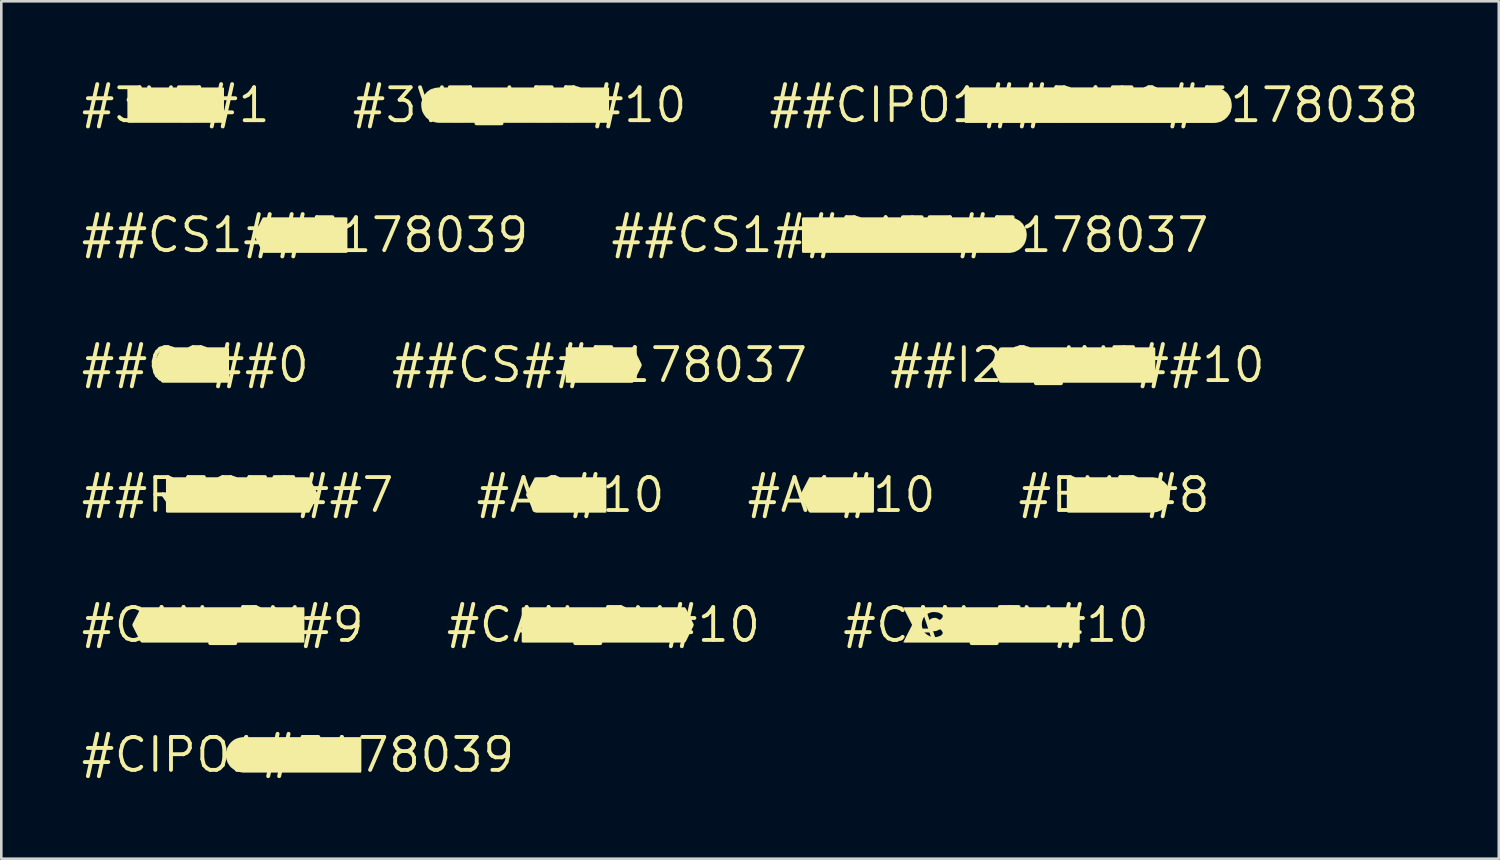
<source format=kicad_pcb>
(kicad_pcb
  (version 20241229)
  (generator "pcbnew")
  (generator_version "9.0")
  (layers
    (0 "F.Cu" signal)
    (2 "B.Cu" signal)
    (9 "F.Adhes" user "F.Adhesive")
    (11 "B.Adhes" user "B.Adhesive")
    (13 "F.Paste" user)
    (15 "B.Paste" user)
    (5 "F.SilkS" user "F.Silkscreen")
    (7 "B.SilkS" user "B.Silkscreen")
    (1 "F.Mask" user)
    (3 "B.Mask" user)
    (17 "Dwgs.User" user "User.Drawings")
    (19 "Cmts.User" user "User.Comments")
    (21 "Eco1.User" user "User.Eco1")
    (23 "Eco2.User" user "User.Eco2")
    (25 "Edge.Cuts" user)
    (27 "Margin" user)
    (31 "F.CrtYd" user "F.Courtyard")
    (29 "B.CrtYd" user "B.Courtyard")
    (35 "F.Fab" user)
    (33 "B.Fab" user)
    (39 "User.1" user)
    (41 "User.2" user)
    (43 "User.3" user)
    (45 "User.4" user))
  (footprint "##CIPO1##DAT0#5178038"
    (layer "F.Cu")
    (at 39.147 1.006)
    (property "Reference" "##CIPO1##DAT0#5178038" (at 0 0 0) (layer "F.SilkS") (effects (font (size 1.27 1.27) (thickness 0.15))))
    (fp_poly (pts (xy -4.635 -0.682) (xy -4.636 -0.685) (xy 4.64 -0.685) (xy 4.711 -0.675) (xy 4.781 -0.665) (xy 4.841 -0.655) (xy 4.912 -0.625) (xy 4.972 -0.594) (xy 5.023 -0.564) (xy 5.083 -0.514) (xy 5.134 -0.474) (xy 5.174 -0.423) (xy 5.214 -0.363) (xy 5.275 -0.242) (xy 5.295 -0.171) (xy 5.305 -0.111) (xy 5.315 -0.04) (xy 5.315 0.091) (xy 5.295 0.161) (xy 5.285 0.232) (xy 5.224 0.353) (xy 5.184 0.403) (xy 5.144 0.463) (xy 5.093 0.504) (xy 5.043 0.554) (xy 4.983 0.584) (xy 4.922 0.625) (xy 4.861 0.645) (xy 4.791 0.665) (xy 4.731 0.675) (xy 4.66 0.685) (xy -4.964 0.685) (xy -4.985 0.621) (xy -4.985 -0.664) (xy -4.921 -0.685) (xy -4.637 -0.685)) (stroke (width 0) (type solid)) (fill yes) (layer "F.SilkS")))
  (footprint "#3V3#1"
    (layer "F.Cu")
    (at 3.727 1.006)
    (property "Reference" "#3V3#1" (at 0 0 0) (layer "F.SilkS") (effects (font (size 1.27 1.27) (thickness 0.15))))
    (fp_poly (pts (xy 1.863 -0.672) (xy 1.863 0.62) (xy 1.852 0.682) (xy -1.81 0.682) (xy -1.863 0.662) (xy -1.863 -0.63) (xy -1.842 -0.682) (xy 1.8 -0.682)) (stroke (width 0) (type solid)) (fill yes) (layer "F.SilkS")))
  (footprint "#BYP#8"
    (layer "F.Cu")
    (at 39.924 16.043)
    (property "Reference" "#BYP#8" (at 0 0 0) (layer "F.SilkS") (effects (font (size 1.27 1.27) (thickness 0.15))))
    (fp_poly (pts (xy 1.57 -0.672) (xy 1.641 -0.662) (xy 1.701 -0.642) (xy 1.771 -0.612) (xy 1.831 -0.582) (xy 1.881 -0.542) (xy 1.942 -0.502) (xy 1.982 -0.452) (xy 2.032 -0.401) (xy 2.062 -0.341) (xy 2.122 -0.221) (xy 2.142 -0.151) (xy 2.152 -0.09) (xy 2.152 0.05) (xy 2.142 0.12) (xy 2.132 0.181) (xy 2.112 0.251) (xy 2.082 0.311) (xy 2.052 0.371) (xy 2.012 0.422) (xy 1.912 0.522) (xy 1.861 0.562) (xy 1.801 0.602) (xy 1.741 0.622) (xy 1.671 0.652) (xy 1.61 0.662) (xy 1.54 0.672) (xy 1.47 0.682) (xy -1.781 0.682) (xy -1.823 0.641) (xy -1.823 -0.641) (xy -1.781 -0.682) (xy 1.51 -0.682)) (stroke (width 0) (type solid)) (fill yes) (layer "F.SilkS")))
  (footprint "##RESET##7"
    (layer "F.Cu")
    (at 6.115 16.043)
    (property "Reference" "##RESET##7" (at 0 0 0) (layer "F.SilkS") (effects (font (size 1.27 1.27) (thickness 0.15))))
    (fp_poly (pts (xy -2.422 -0.671) (xy -2.422 -0.682) (xy 2.721 -0.682) (xy 2.782 -0.652) (xy 3.082 -0.051) (xy 3.093 0.02) (xy 2.762 0.682) (xy -2.731 0.682) (xy -2.763 0.641) (xy -2.763 -0.641) (xy -2.731 -0.682) (xy -2.429 -0.682)) (stroke (width 0) (type solid)) (fill yes) (layer "F.SilkS")))
  (footprint "##CS##0"
    (layer "F.Cu")
    (at 4.483 11.031)
    (property "Reference" "##CS##0" (at 0 0 0) (layer "F.SilkS") (effects (font (size 1.27 1.27) (thickness 0.15))))
    (fp_poly (pts (xy 1.302 -0.63) (xy 1.302 0.662) (xy 1.25 0.682) (xy -1.261 0.682) (xy -1.312 0.652) (xy -1.612 0.051) (xy -1.633 -0.01) (xy -1.332 -0.621) (xy -1.291 -0.682) (xy 1.282 -0.682)) (stroke (width 0) (type solid)) (fill yes) (layer "F.SilkS")))
  (footprint "##CS##5178037"
    (layer "F.Cu")
    (at 20.076 11.031)
    (property "Reference" "##CS##5178037" (at 0 0 0) (layer "F.SilkS") (effects (font (size 1.27 1.27) (thickness 0.15))))
    (fp_poly (pts (xy 1.324 -0.633) (xy 1.625 -0.031) (xy 1.625 0.031) (xy 1.324 0.643) (xy 1.272 0.685) (xy -1.23 0.685) (xy -1.305 0.674) (xy -1.305 -0.61) (xy -1.294 -0.685) (xy 1.282 -0.685)) (stroke (width 0) (type solid)) (fill yes) (layer "F.SilkS")))
  (footprint "##I2C_INT##10"
    (layer "F.Cu")
    (at 38.512 11.031)
    (property "Reference" "##I2C_INT##10" (at 0 0 0) (layer "F.SilkS") (effects (font (size 1.27 1.27) (thickness 0.15))))
    (fp_poly (pts (xy 3.002 -0.641) (xy 3.002 0.651) (xy 2.961 0.682) (xy -2.94 0.682) (xy -3.002 0.672) (xy -3.333 0.000184) (xy -3.312 -0.061) (xy -3.002 -0.662) (xy -2.94 -0.682) (xy 2.971 -0.682)) (stroke (width 0) (type solid)) (fill yes) (layer "F.SilkS")))
  (footprint "#A0#10"
    (layer "F.Cu")
    (at 18.957 16.043)
    (property "Reference" "#A0#10" (at 0 0 0) (layer "F.SilkS") (effects (font (size 1.27 1.27) (thickness 0.15))))
    (fp_poly (pts (xy 1.383 -0.672) (xy 1.383 0.62) (xy 1.372 0.682) (xy -1.33 0.682) (xy -1.392 0.662) (xy -1.692 0.051) (xy -1.723 -0.01) (xy -1.382 -0.672) (xy -1.32 -0.682) (xy 1.32 -0.682)) (stroke (width 0) (type solid)) (fill yes) (layer "F.SilkS")))
  (footprint "#CIPO1#5178039"
    (layer "F.Cu")
    (at 8.444 26.068)
    (property "Reference" "#CIPO1#5178039" (at 0 0 0) (layer "F.SilkS") (effects (font (size 1.27 1.27) (thickness 0.15))))
    (fp_poly (pts (xy 2.445 -0.674) (xy 2.445 0.61) (xy 2.434 0.685) (xy -2.11 0.685) (xy -2.181 0.675) (xy -2.241 0.665) (xy -2.311 0.645) (xy -2.372 0.625) (xy -2.433 0.594) (xy -2.493 0.554) (xy -2.543 0.514) (xy -2.594 0.474) (xy -2.644 0.413) (xy -2.674 0.363) (xy -2.715 0.302) (xy -2.735 0.241) (xy -2.755 0.171) (xy -2.775 0.111) (xy -2.785 0.04) (xy -2.785 -0.03) (xy -2.775 -0.101) (xy -2.765 -0.161) (xy -2.745 -0.232) (xy -2.684 -0.353) (xy -2.644 -0.413) (xy -2.604 -0.463) (xy -2.553 -0.514) (xy -2.503 -0.554) (xy -2.443 -0.594) (xy -2.382 -0.625) (xy -2.321 -0.645) (xy -2.251 -0.665) (xy -2.191 -0.675) (xy -2.12 -0.685) (xy 2.37 -0.685)) (stroke (width 0) (type solid)) (fill yes) (layer "F.SilkS")))
  (footprint "##CS1##5178039"
    (layer "F.Cu")
    (at 8.716 6.019)
    (property "Reference" "##CS1##5178039" (at 0 0 0) (layer "F.SilkS") (effects (font (size 1.27 1.27) (thickness 0.15))))
    (fp_poly (pts (xy -1.285 -0.681) (xy -1.284 -0.685) (xy 1.56 -0.685) (xy 1.635 -0.674) (xy 1.635 0.61) (xy 1.624 0.685) (xy -1.57 0.685) (xy -1.633 0.675) (xy -1.966 -0.000017) (xy -1.934 -0.062) (xy -1.633 -0.675) (xy -1.57 -0.685) (xy -1.287 -0.685)) (stroke (width 0) (type solid)) (fill yes) (layer "F.SilkS")))
  (footprint "#CAN_RX#10"
    (layer "F.Cu")
    (at 20.227 21.056)
    (property "Reference" "#CAN_RX#10" (at 0 0 0) (layer "F.SilkS") (effects (font (size 1.27 1.27) (thickness 0.15))))
    (fp_poly (pts (xy 3.182 -0.631) (xy 3.483 -0.02) (xy 3.472 0.041) (xy 3.172 0.652) (xy 3.121 0.682) (xy -3.111 0.682) (xy -3.152 0.662) (xy -3.152 -0.63) (xy -3.132 -0.682) (xy 3.141 -0.682)) (stroke (width 0) (type solid)) (fill yes) (layer "F.SilkS")))
  (footprint "#CAN_RX#9"
    (layer "F.Cu")
    (at 5.541 21.056)
    (property "Reference" "#CAN_RX#9" (at 0 0 0) (layer "F.SilkS") (effects (font (size 1.27 1.27) (thickness 0.15))))
    (fp_poly (pts (xy 3.152 -0.62) (xy 3.152 0.672) (xy 3.1 0.682) (xy -3.131 0.682) (xy -3.172 0.641) (xy -3.482 0.031) (xy -3.482 -0.031) (xy -3.172 -0.631) (xy -3.131 -0.682) (xy 3.142 -0.682)) (stroke (width 0) (type solid)) (fill yes) (layer "F.SilkS")))
  (footprint "#A1#10"
    (layer "F.Cu")
    (at 29.41 16.043)
    (property "Reference" "#A1#10" (at 0 0 0) (layer "F.SilkS") (effects (font (size 1.27 1.27) (thickness 0.15))))
    (fp_poly (pts (xy 1.252 -0.662) (xy 1.252 0.62) (xy 1.232 0.682) (xy -1.211 0.682) (xy -1.262 0.652) (xy -1.562 0.041) (xy -1.583 -0.02) (xy -1.272 -0.621) (xy -1.242 -0.682) (xy 1.19 -0.682)) (stroke (width 0) (type solid)) (fill yes) (layer "F.SilkS")))
  (footprint "#CAN_TX#10"
    (layer "F.Cu")
    (at 35.367 21.056)
    (property "Reference" "#CAN_TX#10" (at 0 0 0) (layer "F.SilkS") (effects (font (size 1.27 1.27) (thickness 0.15))))
    (fp_poly (pts (xy -2.677 -0.4) (xy -2.728 -0.358) (xy -2.768 -0.309) (xy -2.808 -0.249) (xy -2.828 -0.189) (xy -2.848 -0.119) (xy -2.857 -0.06) (xy -2.857 0.02) (xy -2.848 0.079) (xy -2.828 0.149) (xy -2.808 0.209) (xy -2.768 0.269) (xy -2.728 0.318) (xy -2.679 0.358) (xy -2.619 0.398) (xy -2.499 0.458) (xy -2.43 0.468) (xy -2.3 0.468) (xy -2.161 0.428) (xy -2.112 0.398) (xy -2.062 0.349) (xy -2.053 0.29) (xy -2.092 0.222) (xy -2.141 0.173) (xy -2.189 0.182) (xy -2.299 0.232) (xy -2.36 0.242) (xy -2.431 0.242) (xy -2.491 0.212) (xy -2.551 0.182) (xy -2.602 0.131) (xy -2.622 0.071) (xy -2.632 0.000178) (xy -2.632 -0.07) (xy -2.612 -0.141) (xy -2.572 -0.192) (xy -2.511 -0.232) (xy -2.451 -0.262) (xy -2.38 -0.273) (xy -2.309 -0.273) (xy -2.249 -0.242) (xy -2.189 -0.203) (xy -2.141 -0.203) (xy -2.092 -0.252) (xy -2.053 -0.311) (xy -2.053 -0.369) (xy -2.101 -0.418) (xy -2.221 -0.478) (xy -2.36 -0.497) (xy -2.42 -0.497) (xy -2.489 -0.488) (xy -2.549 -0.468) (xy -2.619 -0.438) (xy -2.67 -0.396) (xy -2.895 -0.682) (xy 3.212 -0.682) (xy 3.232 -0.641) (xy 3.232 0.651) (xy 3.191 0.682) (xy -3.52 0.682) (xy -3.574 0.672) (xy -3.233 0) (xy -3.574 -0.672) (xy -3.52 -0.682) (xy -2.899 -0.682)) (stroke (width 0) (type solid)) (fill yes) (layer "F.SilkS")))
  (footprint "#3V3_LED#10"
    (layer "F.Cu")
    (at 16.992 1.006)
    (property "Reference" "#3V3_LED#10" (at 0 0 0) (layer "F.SilkS") (effects (font (size 1.27 1.27) (thickness 0.15))))
    (fp_poly (pts (xy 3.453 -0.672) (xy 3.453 0.682) (xy -3.12 0.682) (xy -3.19 0.672) (xy -3.261 0.662) (xy -3.321 0.642) (xy -3.391 0.622) (xy -3.451 0.592) (xy -3.511 0.552) (xy -3.562 0.512) (xy -3.612 0.472) (xy -3.652 0.411) (xy -3.692 0.361) (xy -3.722 0.301) (xy -3.752 0.241) (xy -3.772 0.171) (xy -3.782 0.11) (xy -3.792 0.04) (xy -3.792 -0.1) (xy -3.772 -0.161) (xy -3.752 -0.231) (xy -3.732 -0.291) (xy -3.702 -0.351) (xy -3.662 -0.412) (xy -3.612 -0.462) (xy -3.572 -0.512) (xy -3.511 -0.552) (xy -3.461 -0.592) (xy -3.401 -0.622) (xy -3.331 -0.642) (xy -3.271 -0.662) (xy -3.2 -0.672) (xy -3.13 -0.682) (xy 3.39 -0.682)) (stroke (width 0) (type solid)) (fill yes) (layer "F.SilkS")))
  (footprint "##CS1##DAT3#5178037"
    (layer "F.Cu")
    (at 32.05 6.019)
    (property "Reference" "##CS1##DAT3#5178037" (at 0 0 0) (layer "F.SilkS") (effects (font (size 1.27 1.27) (thickness 0.15))))
    (fp_poly (pts (xy 3.891 -0.675) (xy 3.961 -0.665) (xy 4.032 -0.655) (xy 4.213 -0.564) (xy 4.263 -0.524) (xy 4.314 -0.474) (xy 4.364 -0.423) (xy 4.394 -0.363) (xy 4.434 -0.303) (xy 4.465 -0.242) (xy 4.485 -0.181) (xy 4.495 -0.111) (xy 4.505 -0.05) (xy 4.505 0.02) (xy 4.495 0.091) (xy 4.485 0.161) (xy 4.465 0.222) (xy 4.445 0.282) (xy 4.414 0.343) (xy 4.374 0.403) (xy 4.334 0.453) (xy 4.283 0.504) (xy 4.233 0.544) (xy 4.173 0.584) (xy 4.052 0.645) (xy 3.981 0.665) (xy 3.921 0.675) (xy 3.85 0.685) (xy -4.143 0.685) (xy -4.165 0.631) (xy -4.165 -0.652) (xy -4.122 -0.685) (xy -3.821 -0.685) (xy -3.818 -0.687) (xy -3.817 -0.685) (xy 3.83 -0.685)) (stroke (width 0) (type solid)) (fill yes) (layer "F.SilkS")))
  (gr_rect
    (start -3 -3)
    (end 54.764 30.074)
    (stroke (width 0.1) (type default))
    (fill no)
    (layer "Edge.Cuts")))
</source>
